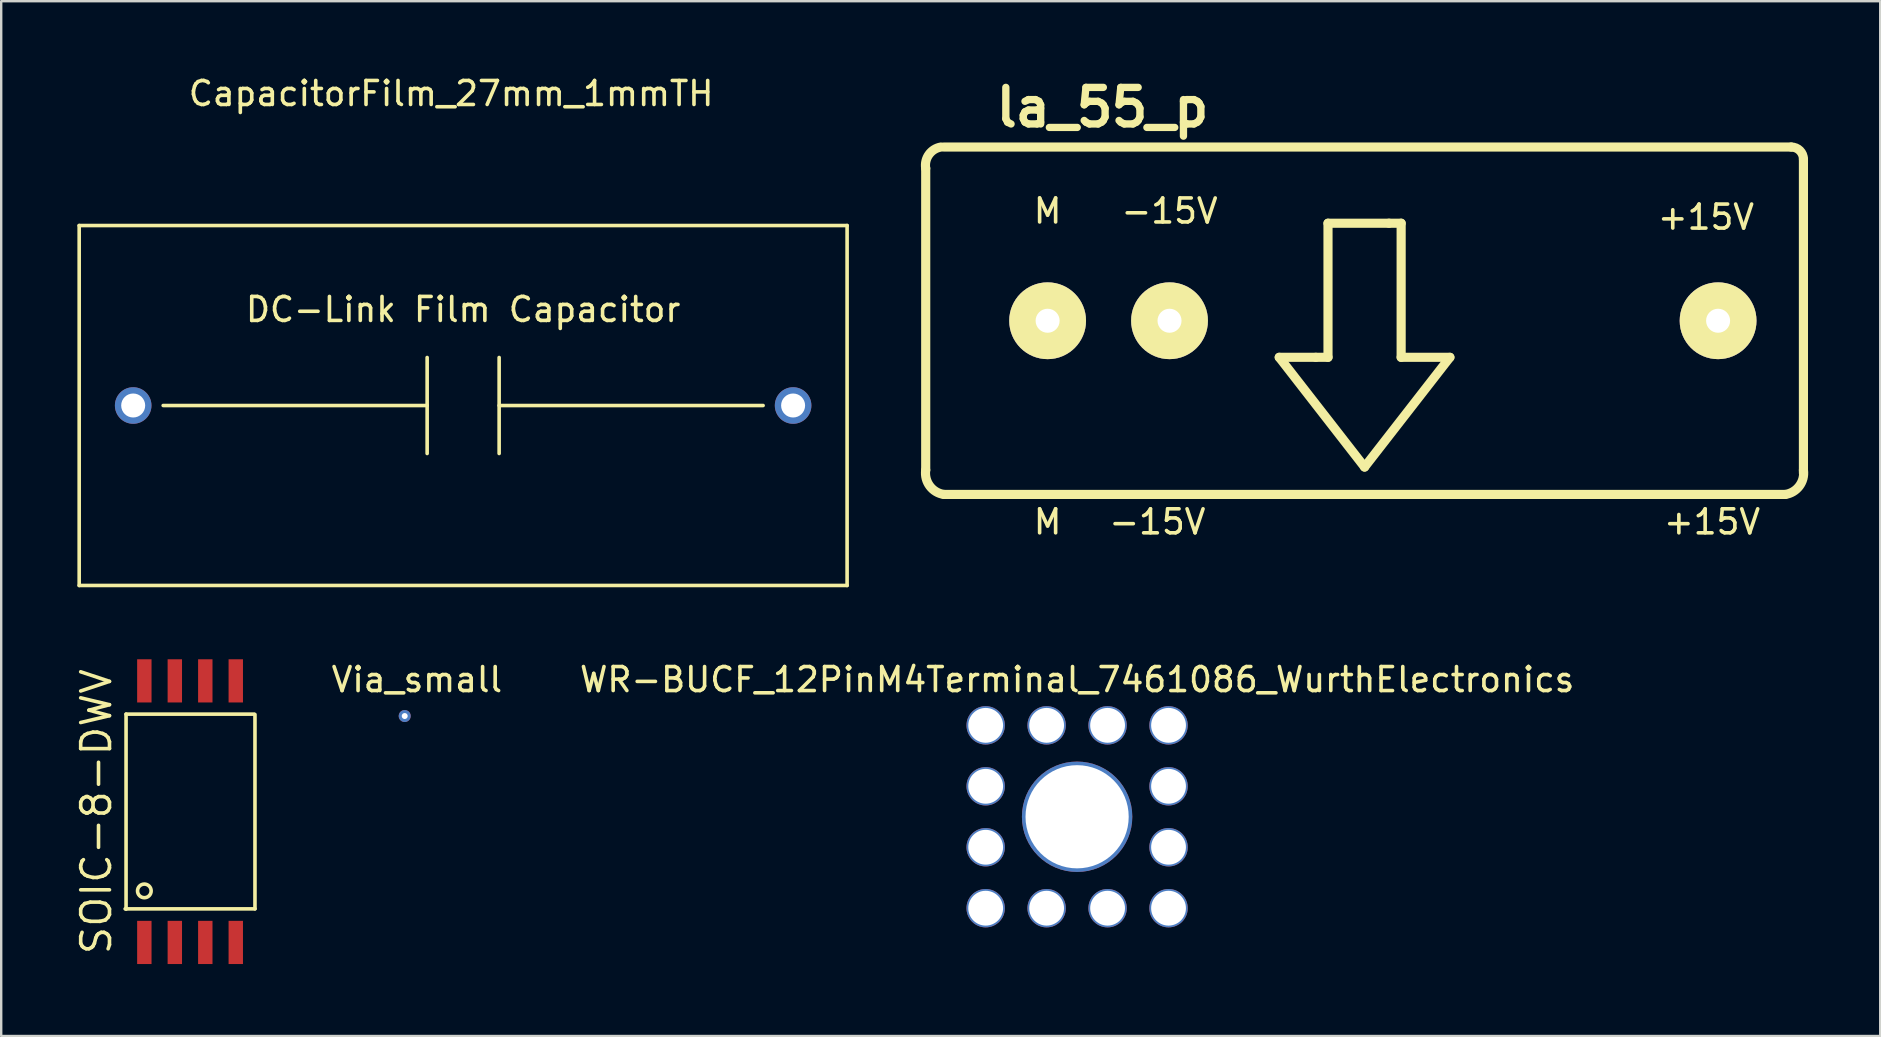
<source format=kicad_pcb>
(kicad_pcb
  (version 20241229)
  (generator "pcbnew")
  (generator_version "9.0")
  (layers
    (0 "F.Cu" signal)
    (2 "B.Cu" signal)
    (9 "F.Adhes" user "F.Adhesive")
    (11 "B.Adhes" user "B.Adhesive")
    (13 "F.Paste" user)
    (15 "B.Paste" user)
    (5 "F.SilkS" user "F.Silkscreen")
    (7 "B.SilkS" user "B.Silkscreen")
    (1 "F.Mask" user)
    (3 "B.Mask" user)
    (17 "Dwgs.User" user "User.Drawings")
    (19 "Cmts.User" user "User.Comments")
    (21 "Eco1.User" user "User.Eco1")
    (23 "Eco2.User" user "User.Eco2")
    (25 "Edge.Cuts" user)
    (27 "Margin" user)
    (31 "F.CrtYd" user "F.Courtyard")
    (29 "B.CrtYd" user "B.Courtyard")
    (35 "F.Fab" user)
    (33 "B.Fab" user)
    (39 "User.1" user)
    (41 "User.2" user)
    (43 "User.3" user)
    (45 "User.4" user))
  (footprint "la_55_p"
    (layer "F.Cu")
    (at 53.814 10.316)
    (property "Reference" "la_55_p" (at -10.922 -8.89 0) (layer "F.SilkS") (effects (font (size 1.524 1.524) (thickness 0.305))))
    (attr through_hole)
    (fp_line (start -18.288 6.223) (end -18.288 -6.35) (stroke (width 0.381) (type solid)) (layer "F.SilkS"))
    (fp_line (start -17.526 -7.239) (end 17.78 -7.239) (stroke (width 0.381) (type solid)) (layer "F.SilkS"))
    (fp_line (start -17.526 7.239) (end 17.526 7.239) (stroke (width 0.381) (type solid)) (layer "F.SilkS"))
    (fp_line (start -3.556 1.524) (end -2.032 1.524) (stroke (width 0.381) (type solid)) (layer "F.SilkS"))
    (fp_line (start -2.032 1.524) (end -1.524 1.524) (stroke (width 0.381) (type solid)) (layer "F.SilkS"))
    (fp_line (start -1.524 -4.064) (end 1.016 -4.064) (stroke (width 0.381) (type solid)) (layer "F.SilkS"))
    (fp_line (start -1.524 1.524) (end -1.524 -4.064) (stroke (width 0.381) (type solid)) (layer "F.SilkS"))
    (fp_line (start 0 6.096) (end -3.556 1.524) (stroke (width 0.381) (type solid)) (layer "F.SilkS"))
    (fp_line (start 1.016 -4.064) (end 1.524 -4.064) (stroke (width 0.381) (type solid)) (layer "F.SilkS"))
    (fp_line (start 1.524 -4.064) (end 1.524 1.524) (stroke (width 0.381) (type solid)) (layer "F.SilkS"))
    (fp_line (start 1.524 1.524) (end 3.556 1.524) (stroke (width 0.381) (type solid)) (layer "F.SilkS"))
    (fp_line (start 3.556 1.524) (end 0 6.096) (stroke (width 0.381) (type solid)) (layer "F.SilkS"))
    (fp_line (start 18.288 6.35) (end 18.288 -6.731) (stroke (width 0.381) (type solid)) (layer "F.SilkS"))
    (fp_arc (start -18.288 -6.35) (mid -18.154618 -6.926013) (end -17.653 -7.239) (stroke (width 0.381) (type solid)) (layer "F.SilkS"))
    (fp_arc (start -17.526 7.239) (mid -18.11742 6.888815) (end -18.288 6.223) (stroke (width 0.381) (type solid)) (layer "F.SilkS"))
    (fp_arc (start 17.78 -7.239) (mid 18.13921 -7.09021) (end 18.288 -6.731) (stroke (width 0.381) (type solid)) (layer "F.SilkS"))
    (fp_arc (start 18.288 6.223) (mid 18.11742 6.888815) (end 17.526 7.239) (stroke (width 0.381) (type solid)) (layer "F.SilkS"))
    (fp_text user "-15V" (at -8.128 -4.572 0) (layer "F.SilkS") (effects (font (size 1 1) (thickness 0.15))))
    (fp_text user "-15V" (at -8.636 8.382 0) (layer "F.SilkS") (effects (font (size 1 1) (thickness 0.15))))
    (fp_text user "+15V" (at 14.478 8.382 0) (layer "F.SilkS") (effects (font (size 1 1) (thickness 0.15))))
    (fp_text user "M" (at -13.208 -4.572 0) (layer "F.SilkS") (effects (font (size 1 1) (thickness 0.15))))
    (fp_text user "M" (at -13.208 8.382 0) (layer "F.SilkS") (effects (font (size 1 1) (thickness 0.15))))
    (fp_text user "+15V" (at 14.224 -4.318 0) (layer "F.SilkS") (effects (font (size 1 1) (thickness 0.15))))
    (pad "1" thru_hole circle (at 14.732 0) (size 3.2 3.2) (drill 1.001) (layers "*.Cu" "*.Mask" "F.SilkS"))
    (pad "2" thru_hole circle (at -8.128 0) (size 3.2 3.2) (drill 1.001) (layers "*.Cu" "*.Mask" "F.SilkS"))
    (pad "3" thru_hole circle (at -13.208 0) (size 3.2 3.2) (drill 1.001) (layers "*.Cu" "*.Mask" "F.SilkS")))
  (footprint "SOIC-8-DWV"
    (layer "F.Cu")
    (at 4.87 30.773)
    (property "Reference" "SOIC-8-DWV" (at -3.905 0 90) (layer "F.SilkS") (effects (font (size 1.2 1.2) (thickness 0.15))))
    (attr through_hole)
    (fp_line (start -2.705 4.05) (end 2.705 4.05) (stroke (width 0.15) (type solid)) (layer "F.SilkS"))
    (fp_line (start -2.667 -4.064) (end -2.667 4.064) (stroke (width 0.15) (type solid)) (layer "F.SilkS"))
    (fp_line (start 2.667 -4.064) (end -2.667 -4.064) (stroke (width 0.15) (type solid)) (layer "F.SilkS"))
    (fp_line (start 2.705 4.05) (end 2.705 -4.05) (stroke (width 0.15) (type solid)) (layer "F.SilkS"))
    (fp_circle (center -1.905 3.302) (end -1.651 3.175) (stroke (width 0.15) (type solid)) (fill no) (layer "F.SilkS"))
    (pad "1" smd rect (at -1.905 5.45) (size 0.6 1.8) (layers "F.Cu" "F.Mask" "F.Paste"))
    (pad "2" smd rect (at -0.635 5.45) (size 0.6 1.8) (layers "F.Cu" "F.Mask" "F.Paste"))
    (pad "3" smd rect (at 0.635 5.45) (size 0.6 1.8) (layers "F.Cu" "F.Mask" "F.Paste"))
    (pad "4" smd rect (at 1.905 5.45) (size 0.6 1.8) (layers "F.Cu" "F.Mask" "F.Paste"))
    (pad "5" smd rect (at 1.905 -5.45) (size 0.6 1.8) (layers "F.Cu" "F.Mask" "F.Paste"))
    (pad "6" smd rect (at 0.635 -5.45) (size 0.6 1.8) (layers "F.Cu" "F.Mask" "F.Paste"))
    (pad "7" smd rect (at -0.635 -5.45) (size 0.6 1.8) (layers "F.Cu" "F.Mask" "F.Paste"))
    (pad "8" smd rect (at -1.905 -5.45) (size 0.6 1.8) (layers "F.Cu" "F.Mask" "F.Paste")))
  (footprint "WR-BUCF_12PinM4Terminal_7461086_WurthElectronics"
    (layer "F.Cu")
    (at 41.835 30.986)
    (property "Reference" "WR-BUCF_12PinM4Terminal_7461086_WurthElectronics" (at 0 -5.715 0) (layer "F.SilkS") (effects (font (size 1 1) (thickness 0.15))))
    (attr through_hole)
    (pad "1" thru_hole circle (at 0 0) (size 4.6 4.6) (drill 4.3) (layers "*.Cu"))
    (pad "2" thru_hole circle (at -3.81 -3.81) (size 1.6 1.6) (drill 1.45) (layers "*.Cu"))
    (pad "3" thru_hole circle (at -1.27 -3.81) (size 1.6 1.6) (drill 1.45) (layers "*.Cu"))
    (pad "4" thru_hole circle (at 1.27 -3.81) (size 1.6 1.6) (drill 1.45) (layers "*.Cu"))
    (pad "5" thru_hole circle (at 3.81 -3.81) (size 1.6 1.6) (drill 1.45) (layers "*.Cu"))
    (pad "6" thru_hole circle (at 3.81 -1.27) (size 1.6 1.6) (drill 1.45) (layers "*.Cu"))
    (pad "7" thru_hole circle (at 3.81 1.27) (size 1.6 1.6) (drill 1.45) (layers "*.Cu"))
    (pad "8" thru_hole circle (at 3.81 3.81) (size 1.6 1.6) (drill 1.45) (layers "*.Cu"))
    (pad "9" thru_hole circle (at 1.27 3.81) (size 1.6 1.6) (drill 1.45) (layers "*.Cu"))
    (pad "10" thru_hole circle (at -1.27 3.81) (size 1.6 1.6) (drill 1.45) (layers "*.Cu"))
    (pad "11" thru_hole circle (at -3.81 3.81) (size 1.6 1.6) (drill 1.45) (layers "*.Cu"))
    (pad "12" thru_hole circle (at -3.81 1.27) (size 1.6 1.6) (drill 1.45) (layers "*.Cu"))
    (pad "13" thru_hole circle (at -3.81 -1.27) (size 1.6 1.6) (drill 1.45) (layers "*.Cu")))
  (footprint "CapacitorFilm_27mm_1mmTH"
    (layer "F.Cu")
    (at 0.25 6.348)
    (property "Reference" "CapacitorFilm_27mm_1mmTH" (at 15.5 -5.5 0) (layer "F.SilkS") (effects (font (size 1 1) (thickness 0.15))))
    (attr through_hole)
    (fp_line (start 0 0) (end 32 0) (stroke (width 0.15) (type solid)) (layer "F.SilkS"))
    (fp_line (start 0 15) (end 0 0) (stroke (width 0.15) (type solid)) (layer "F.SilkS"))
    (fp_line (start 3.5 7.5) (end 14.5 7.5) (stroke (width 0.15) (type solid)) (layer "F.SilkS"))
    (fp_line (start 14.5 5.5) (end 14.5 9.5) (stroke (width 0.15) (type solid)) (layer "F.SilkS"))
    (fp_line (start 17.5 5.5) (end 17.5 9.5) (stroke (width 0.15) (type solid)) (layer "F.SilkS"))
    (fp_line (start 17.5 7.5) (end 28.5 7.5) (stroke (width 0.15) (type solid)) (layer "F.SilkS"))
    (fp_line (start 32 0) (end 32 15) (stroke (width 0.15) (type solid)) (layer "F.SilkS"))
    (fp_line (start 32 15) (end 0 15) (stroke (width 0.15) (type solid)) (layer "F.SilkS"))
    (fp_text user "DC-Link Film Capacitor" (at 16 3.5 0) (layer "F.SilkS") (effects (font (size 1 1) (thickness 0.15))))
    (pad "1" thru_hole circle (at 2.25 7.5) (size 1.524 1.524) (drill 1) (layers "*.Cu" "*.Mask"))
    (pad "2" thru_hole circle (at 29.75 7.5) (size 1.524 1.524) (drill 1) (layers "*.Cu" "*.Mask")))
  (footprint "Via_small"
    (layer "F.Cu")
    (at 13.815 26.288)
    (property "Reference" "Via_small" (at 0.508 -1.016 0) (layer "F.SilkS") (effects (font (size 1 1) (thickness 0.15))))
    (attr through_hole)
    (pad "1" thru_hole circle (at 0 0.5) (size 0.5 0.5) (drill 0.25) (layers "*.Cu")))
  (gr_rect
    (start -3 -3)
    (end 75.302 40.123)
    (stroke (width 0.1) (type default))
    (fill no)
    (layer "Edge.Cuts")))
</source>
